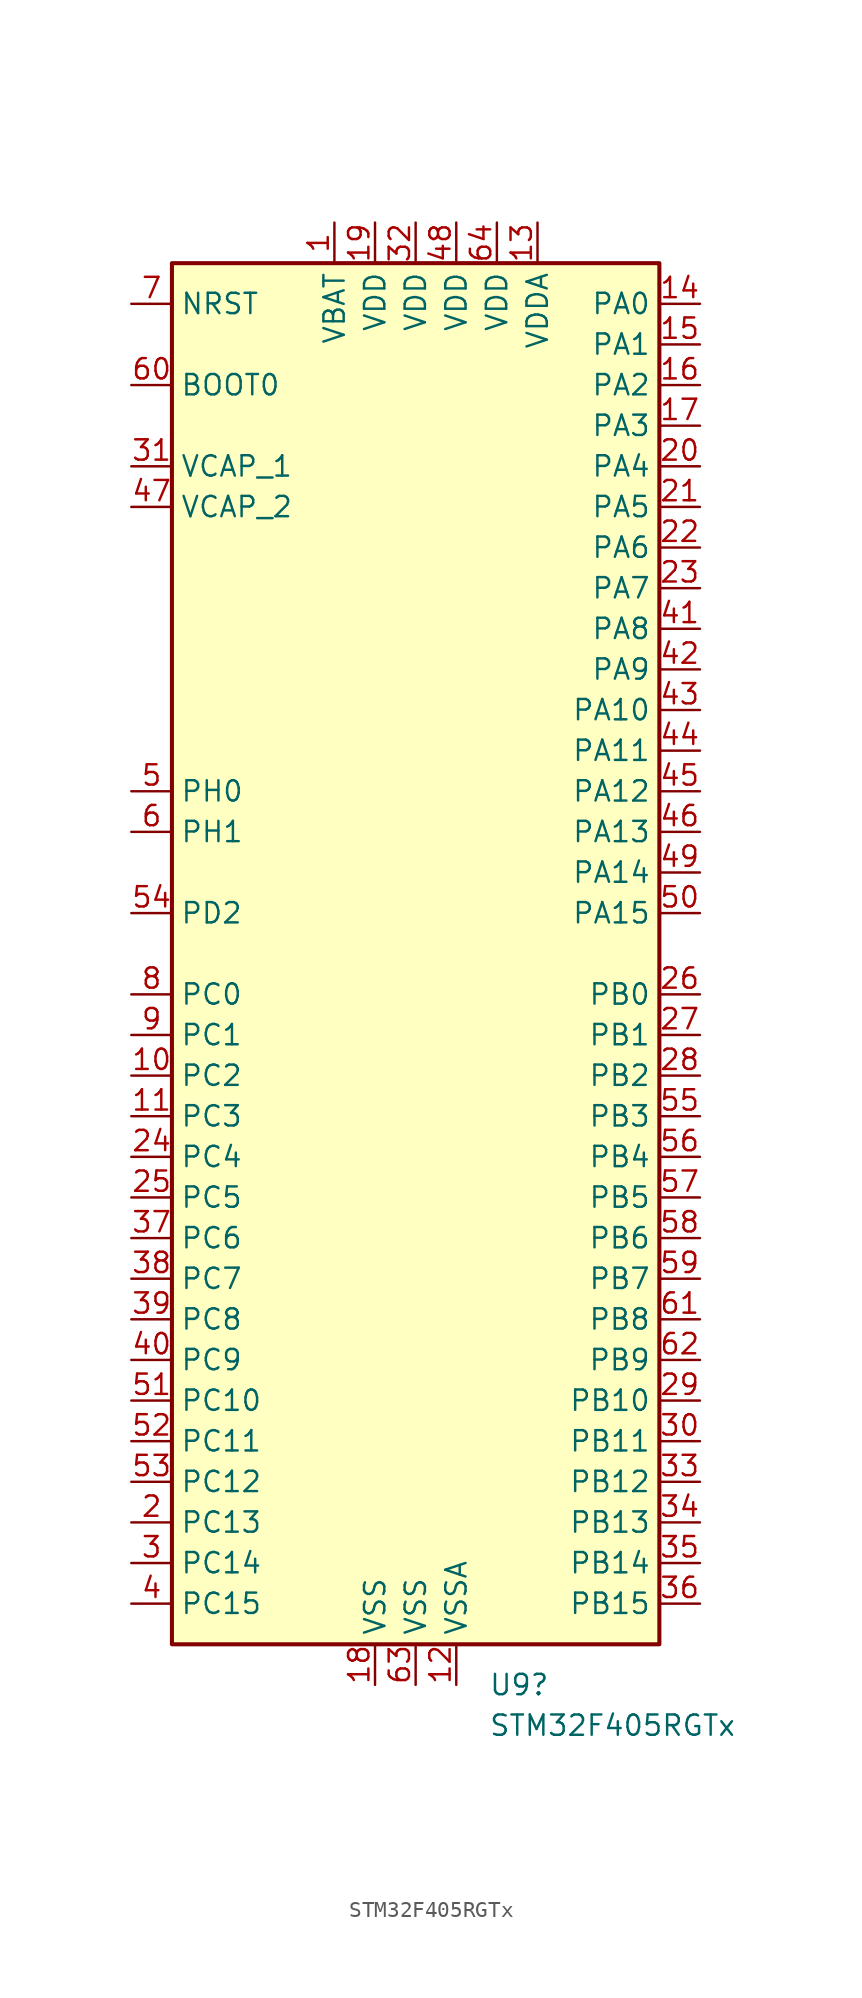
<source format=kicad_sym>
(kicad_symbol_lib
  (version 20211014)
  (generator kicad_symbol_editor)
  (symbol "STM32F405RGTx"
    (property "Reference" "U9"
      (at 4.559 -45.72 0)
      (effects (font (size 1.27 1.27)) (justify left)))
    (property "Value" "STM32F405RGTx"
      (at 4.559 -48.26 0)
      (effects (font (size 1.27 1.27)) (justify left)))
    (symbol "STM32F405RGTx_0_1"
      (rectangle (start -15.24 -43.18) (end 15.24 43.18) (stroke (width 0.254) (type default) (color 0 0 0 0)) (fill (type background))))
    (symbol "STM32F405RGTx_1_1"
      (pin power_in line (at -5.08 45.72 270) (length 2.54) (name "VBAT" (effects (font (size 1.27 1.27)))) (number "1" (effects (font (size 1.27 1.27)))))
      (pin bidirectional line (at -17.78 -7.62 0) (length 2.54) (name "PC2" (effects (font (size 1.27 1.27)))) (number "10" (effects (font (size 1.27 1.27)))))
      (pin bidirectional line (at -17.78 -10.16 0) (length 2.54) (name "PC3" (effects (font (size 1.27 1.27)))) (number "11" (effects (font (size 1.27 1.27)))))
      (pin power_in line (at 2.54 -45.72 90) (length 2.54) (name "VSSA" (effects (font (size 1.27 1.27)))) (number "12" (effects (font (size 1.27 1.27)))))
      (pin power_in line (at 7.62 45.72 270) (length 2.54) (name "VDDA" (effects (font (size 1.27 1.27)))) (number "13" (effects (font (size 1.27 1.27)))))
      (pin bidirectional line (at 17.78 40.64 180) (length 2.54) (name "PA0" (effects (font (size 1.27 1.27)))) (number "14" (effects (font (size 1.27 1.27)))))
      (pin bidirectional line (at 17.78 38.1 180) (length 2.54) (name "PA1" (effects (font (size 1.27 1.27)))) (number "15" (effects (font (size 1.27 1.27)))))
      (pin bidirectional line (at 17.78 35.56 180) (length 2.54) (name "PA2" (effects (font (size 1.27 1.27)))) (number "16" (effects (font (size 1.27 1.27)))))
      (pin bidirectional line (at 17.78 33.02 180) (length 2.54) (name "PA3" (effects (font (size 1.27 1.27)))) (number "17" (effects (font (size 1.27 1.27)))))
      (pin power_in line (at -2.54 -45.72 90) (length 2.54) (name "VSS" (effects (font (size 1.27 1.27)))) (number "18" (effects (font (size 1.27 1.27)))))
      (pin power_in line (at -2.54 45.72 270) (length 2.54) (name "VDD" (effects (font (size 1.27 1.27)))) (number "19" (effects (font (size 1.27 1.27)))))
      (pin bidirectional line (at -17.78 -35.56 0) (length 2.54) (name "PC13" (effects (font (size 1.27 1.27)))) (number "2" (effects (font (size 1.27 1.27)))))
      (pin bidirectional line (at 17.78 30.48 180) (length 2.54) (name "PA4" (effects (font (size 1.27 1.27)))) (number "20" (effects (font (size 1.27 1.27)))))
      (pin bidirectional line (at 17.78 27.94 180) (length 2.54) (name "PA5" (effects (font (size 1.27 1.27)))) (number "21" (effects (font (size 1.27 1.27)))))
      (pin bidirectional line (at 17.78 25.4 180) (length 2.54) (name "PA6" (effects (font (size 1.27 1.27)))) (number "22" (effects (font (size 1.27 1.27)))))
      (pin bidirectional line (at 17.78 22.86 180) (length 2.54) (name "PA7" (effects (font (size 1.27 1.27)))) (number "23" (effects (font (size 1.27 1.27)))))
      (pin bidirectional line (at -17.78 -12.7 0) (length 2.54) (name "PC4" (effects (font (size 1.27 1.27)))) (number "24" (effects (font (size 1.27 1.27)))))
      (pin bidirectional line (at -17.78 -15.24 0) (length 2.54) (name "PC5" (effects (font (size 1.27 1.27)))) (number "25" (effects (font (size 1.27 1.27)))))
      (pin bidirectional line (at 17.78 -2.54 180) (length 2.54) (name "PB0" (effects (font (size 1.27 1.27)))) (number "26" (effects (font (size 1.27 1.27)))))
      (pin bidirectional line (at 17.78 -5.08 180) (length 2.54) (name "PB1" (effects (font (size 1.27 1.27)))) (number "27" (effects (font (size 1.27 1.27)))))
      (pin bidirectional line (at 17.78 -7.62 180) (length 2.54) (name "PB2" (effects (font (size 1.27 1.27)))) (number "28" (effects (font (size 1.27 1.27)))))
      (pin bidirectional line (at 17.78 -27.94 180) (length 2.54) (name "PB10" (effects (font (size 1.27 1.27)))) (number "29" (effects (font (size 1.27 1.27)))))
      (pin bidirectional line (at -17.78 -38.1 0) (length 2.54) (name "PC14" (effects (font (size 1.27 1.27)))) (number "3" (effects (font (size 1.27 1.27)))))
      (pin bidirectional line (at 17.78 -30.48 180) (length 2.54) (name "PB11" (effects (font (size 1.27 1.27)))) (number "30" (effects (font (size 1.27 1.27)))))
      (pin power_in line (at -17.78 30.48 0) (length 2.54) (name "VCAP_1" (effects (font (size 1.27 1.27)))) (number "31" (effects (font (size 1.27 1.27)))))
      (pin power_in line (at 0 45.72 270) (length 2.54) (name "VDD" (effects (font (size 1.27 1.27)))) (number "32" (effects (font (size 1.27 1.27)))))
      (pin bidirectional line (at 17.78 -33.02 180) (length 2.54) (name "PB12" (effects (font (size 1.27 1.27)))) (number "33" (effects (font (size 1.27 1.27)))))
      (pin bidirectional line (at 17.78 -35.56 180) (length 2.54) (name "PB13" (effects (font (size 1.27 1.27)))) (number "34" (effects (font (size 1.27 1.27)))))
      (pin bidirectional line (at 17.78 -38.1 180) (length 2.54) (name "PB14" (effects (font (size 1.27 1.27)))) (number "35" (effects (font (size 1.27 1.27)))))
      (pin bidirectional line (at 17.78 -40.64 180) (length 2.54) (name "PB15" (effects (font (size 1.27 1.27)))) (number "36" (effects (font (size 1.27 1.27)))))
      (pin bidirectional line (at -17.78 -17.78 0) (length 2.54) (name "PC6" (effects (font (size 1.27 1.27)))) (number "37" (effects (font (size 1.27 1.27)))))
      (pin bidirectional line (at -17.78 -20.32 0) (length 2.54) (name "PC7" (effects (font (size 1.27 1.27)))) (number "38" (effects (font (size 1.27 1.27)))))
      (pin bidirectional line (at -17.78 -22.86 0) (length 2.54) (name "PC8" (effects (font (size 1.27 1.27)))) (number "39" (effects (font (size 1.27 1.27)))))
      (pin bidirectional line (at -17.78 -40.64 0) (length 2.54) (name "PC15" (effects (font (size 1.27 1.27)))) (number "4" (effects (font (size 1.27 1.27)))))
      (pin bidirectional line (at -17.78 -25.4 0) (length 2.54) (name "PC9" (effects (font (size 1.27 1.27)))) (number "40" (effects (font (size 1.27 1.27)))))
      (pin bidirectional line (at 17.78 20.32 180) (length 2.54) (name "PA8" (effects (font (size 1.27 1.27)))) (number "41" (effects (font (size 1.27 1.27)))))
      (pin bidirectional line (at 17.78 17.78 180) (length 2.54) (name "PA9" (effects (font (size 1.27 1.27)))) (number "42" (effects (font (size 1.27 1.27)))))
      (pin bidirectional line (at 17.78 15.24 180) (length 2.54) (name "PA10" (effects (font (size 1.27 1.27)))) (number "43" (effects (font (size 1.27 1.27)))))
      (pin bidirectional line (at 17.78 12.7 180) (length 2.54) (name "PA11" (effects (font (size 1.27 1.27)))) (number "44" (effects (font (size 1.27 1.27)))))
      (pin bidirectional line (at 17.78 10.16 180) (length 2.54) (name "PA12" (effects (font (size 1.27 1.27)))) (number "45" (effects (font (size 1.27 1.27)))))
      (pin bidirectional line (at 17.78 7.62 180) (length 2.54) (name "PA13" (effects (font (size 1.27 1.27)))) (number "46" (effects (font (size 1.27 1.27)))))
      (pin power_in line (at -17.78 27.94 0) (length 2.54) (name "VCAP_2" (effects (font (size 1.27 1.27)))) (number "47" (effects (font (size 1.27 1.27)))))
      (pin power_in line (at 2.54 45.72 270) (length 2.54) (name "VDD" (effects (font (size 1.27 1.27)))) (number "48" (effects (font (size 1.27 1.27)))))
      (pin bidirectional line (at 17.78 5.08 180) (length 2.54) (name "PA14" (effects (font (size 1.27 1.27)))) (number "49" (effects (font (size 1.27 1.27)))))
      (pin input line (at -17.78 10.16 0) (length 2.54) (name "PH0" (effects (font (size 1.27 1.27)))) (number "5" (effects (font (size 1.27 1.27)))))
      (pin bidirectional line (at 17.78 2.54 180) (length 2.54) (name "PA15" (effects (font (size 1.27 1.27)))) (number "50" (effects (font (size 1.27 1.27)))))
      (pin bidirectional line (at -17.78 -27.94 0) (length 2.54) (name "PC10" (effects (font (size 1.27 1.27)))) (number "51" (effects (font (size 1.27 1.27)))))
      (pin bidirectional line (at -17.78 -30.48 0) (length 2.54) (name "PC11" (effects (font (size 1.27 1.27)))) (number "52" (effects (font (size 1.27 1.27)))))
      (pin bidirectional line (at -17.78 -33.02 0) (length 2.54) (name "PC12" (effects (font (size 1.27 1.27)))) (number "53" (effects (font (size 1.27 1.27)))))
      (pin bidirectional line (at -17.78 2.54 0) (length 2.54) (name "PD2" (effects (font (size 1.27 1.27)))) (number "54" (effects (font (size 1.27 1.27)))))
      (pin bidirectional line (at 17.78 -10.16 180) (length 2.54) (name "PB3" (effects (font (size 1.27 1.27)))) (number "55" (effects (font (size 1.27 1.27)))))
      (pin bidirectional line (at 17.78 -12.7 180) (length 2.54) (name "PB4" (effects (font (size 1.27 1.27)))) (number "56" (effects (font (size 1.27 1.27)))))
      (pin bidirectional line (at 17.78 -15.24 180) (length 2.54) (name "PB5" (effects (font (size 1.27 1.27)))) (number "57" (effects (font (size 1.27 1.27)))))
      (pin bidirectional line (at 17.78 -17.78 180) (length 2.54) (name "PB6" (effects (font (size 1.27 1.27)))) (number "58" (effects (font (size 1.27 1.27)))))
      (pin bidirectional line (at 17.78 -20.32 180) (length 2.54) (name "PB7" (effects (font (size 1.27 1.27)))) (number "59" (effects (font (size 1.27 1.27)))))
      (pin input line (at -17.78 7.62 0) (length 2.54) (name "PH1" (effects (font (size 1.27 1.27)))) (number "6" (effects (font (size 1.27 1.27)))))
      (pin input line (at -17.78 35.56 0) (length 2.54) (name "BOOT0" (effects (font (size 1.27 1.27)))) (number "60" (effects (font (size 1.27 1.27)))))
      (pin bidirectional line (at 17.78 -22.86 180) (length 2.54) (name "PB8" (effects (font (size 1.27 1.27)))) (number "61" (effects (font (size 1.27 1.27)))))
      (pin bidirectional line (at 17.78 -25.4 180) (length 2.54) (name "PB9" (effects (font (size 1.27 1.27)))) (number "62" (effects (font (size 1.27 1.27)))))
      (pin power_in line (at 0 -45.72 90) (length 2.54) (name "VSS" (effects (font (size 1.27 1.27)))) (number "63" (effects (font (size 1.27 1.27)))))
      (pin power_in line (at 5.08 45.72 270) (length 2.54) (name "VDD" (effects (font (size 1.27 1.27)))) (number "64" (effects (font (size 1.27 1.27)))))
      (pin input line (at -17.78 40.64 0) (length 2.54) (name "NRST" (effects (font (size 1.27 1.27)))) (number "7" (effects (font (size 1.27 1.27)))))
      (pin bidirectional line (at -17.78 -2.54 0) (length 2.54) (name "PC0" (effects (font (size 1.27 1.27)))) (number "8" (effects (font (size 1.27 1.27)))))
      (pin bidirectional line (at -17.78 -5.08 0) (length 2.54) (name "PC1" (effects (font (size 1.27 1.27)))) (number "9" (effects (font (size 1.27 1.27))))))))
</source>
